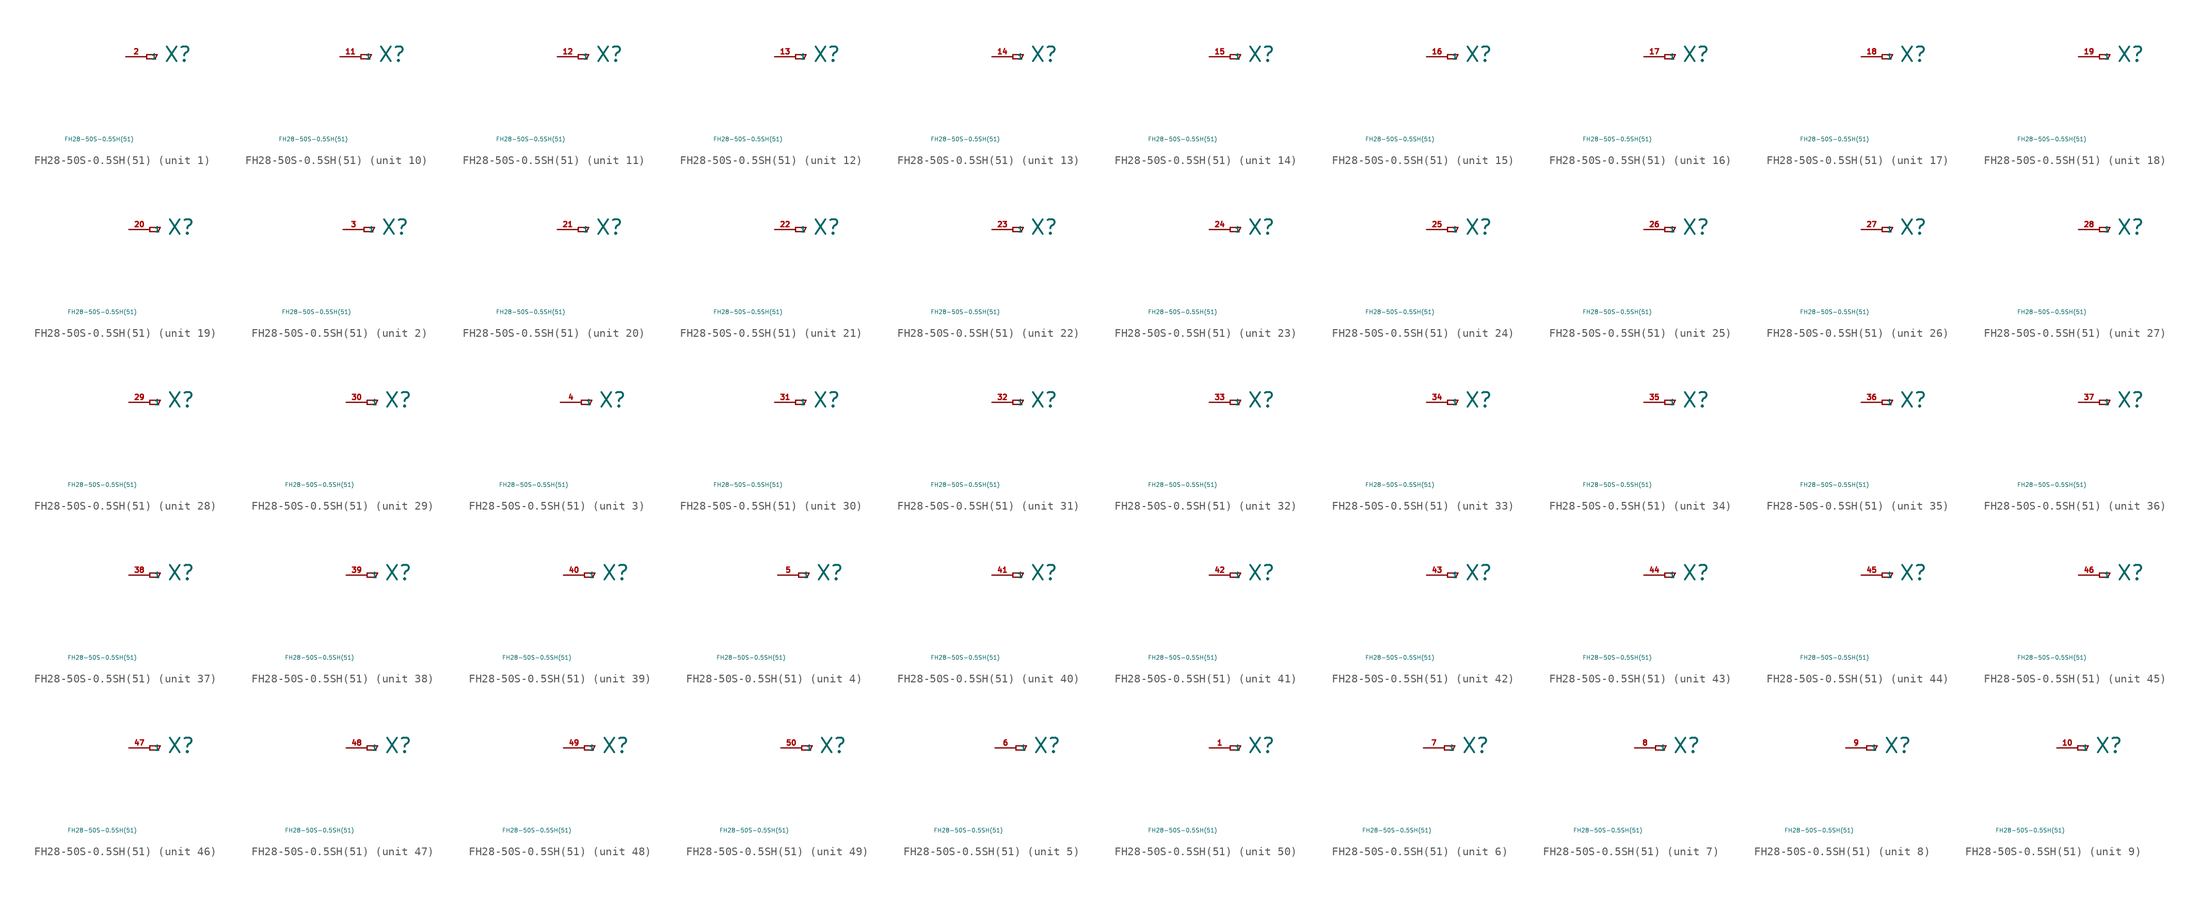
<source format=kicad_sym>
(kicad_symbol_lib
  (version 20220914)
  (generator Eagle2Kicad)
  (symbol "FH28-50S-0.5SH(51)"
    (property "Reference" "X"
      (at 2.032 -0.762 0)
      (effects (font (size 1.778 1.778) (thickness 0.22)) (justify left bottom)))
    (property "Value" "FH28-50S-0.5SH(51)"
      (at -10 -10 0)
      (effects (font (size 0.5 0.5) (thickness 0.06)) (justify left)))
    (symbol "FH28-50S-0.5SH(51)_1_0"
      (polyline (pts (xy 0 0.254) (xy 0 -0.254)) (stroke (width 0.152) (type default)) (fill (type none)))
      (polyline (pts (xy 0 -0.254) (xy 1.016 -0.254)) (stroke (width 0.152) (type default)) (fill (type none)))
      (polyline (pts (xy 1.016 -0.254) (xy 1.27 0.254)) (stroke (width 0.152) (type default)) (fill (type none)))
      (polyline (pts (xy 1.27 0.254) (xy 0 0.254)) (stroke (width 0.152) (type default)) (fill (type none)))
      (pin passive line (at -2.54 0 0) (length 2.54) (name "1" (effects (font (size 0.635 0.635) (thickness 0.08)) (justify left bottom))) (number "2" (effects (font (size 0.635 0.635) (thickness 0.08)) (justify left bottom)))))
    (symbol "FH28-50S-0.5SH(51)_2_0"
      (polyline (pts (xy 0 0.254) (xy 0 -0.254)) (stroke (width 0.152) (type default)) (fill (type none)))
      (polyline (pts (xy 0 -0.254) (xy 1.016 -0.254)) (stroke (width 0.152) (type default)) (fill (type none)))
      (polyline (pts (xy 1.016 -0.254) (xy 1.27 0.254)) (stroke (width 0.152) (type default)) (fill (type none)))
      (polyline (pts (xy 1.27 0.254) (xy 0 0.254)) (stroke (width 0.152) (type default)) (fill (type none)))
      (pin passive line (at -2.54 0 0) (length 2.54) (name "1" (effects (font (size 0.635 0.635) (thickness 0.08)) (justify left bottom))) (number "3" (effects (font (size 0.635 0.635) (thickness 0.08)) (justify left bottom)))))
    (symbol "FH28-50S-0.5SH(51)_3_0"
      (polyline (pts (xy 0 0.254) (xy 0 -0.254)) (stroke (width 0.152) (type default)) (fill (type none)))
      (polyline (pts (xy 0 -0.254) (xy 1.016 -0.254)) (stroke (width 0.152) (type default)) (fill (type none)))
      (polyline (pts (xy 1.016 -0.254) (xy 1.27 0.254)) (stroke (width 0.152) (type default)) (fill (type none)))
      (polyline (pts (xy 1.27 0.254) (xy 0 0.254)) (stroke (width 0.152) (type default)) (fill (type none)))
      (pin passive line (at -2.54 0 0) (length 2.54) (name "1" (effects (font (size 0.635 0.635) (thickness 0.08)) (justify left bottom))) (number "4" (effects (font (size 0.635 0.635) (thickness 0.08)) (justify left bottom)))))
    (symbol "FH28-50S-0.5SH(51)_4_0"
      (polyline (pts (xy 0 0.254) (xy 0 -0.254)) (stroke (width 0.152) (type default)) (fill (type none)))
      (polyline (pts (xy 0 -0.254) (xy 1.016 -0.254)) (stroke (width 0.152) (type default)) (fill (type none)))
      (polyline (pts (xy 1.016 -0.254) (xy 1.27 0.254)) (stroke (width 0.152) (type default)) (fill (type none)))
      (polyline (pts (xy 1.27 0.254) (xy 0 0.254)) (stroke (width 0.152) (type default)) (fill (type none)))
      (pin passive line (at -2.54 0 0) (length 2.54) (name "1" (effects (font (size 0.635 0.635) (thickness 0.08)) (justify left bottom))) (number "5" (effects (font (size 0.635 0.635) (thickness 0.08)) (justify left bottom)))))
    (symbol "FH28-50S-0.5SH(51)_5_0"
      (polyline (pts (xy 0 0.254) (xy 0 -0.254)) (stroke (width 0.152) (type default)) (fill (type none)))
      (polyline (pts (xy 0 -0.254) (xy 1.016 -0.254)) (stroke (width 0.152) (type default)) (fill (type none)))
      (polyline (pts (xy 1.016 -0.254) (xy 1.27 0.254)) (stroke (width 0.152) (type default)) (fill (type none)))
      (polyline (pts (xy 1.27 0.254) (xy 0 0.254)) (stroke (width 0.152) (type default)) (fill (type none)))
      (pin passive line (at -2.54 0 0) (length 2.54) (name "1" (effects (font (size 0.635 0.635) (thickness 0.08)) (justify left bottom))) (number "6" (effects (font (size 0.635 0.635) (thickness 0.08)) (justify left bottom)))))
    (symbol "FH28-50S-0.5SH(51)_6_0"
      (polyline (pts (xy 0 0.254) (xy 0 -0.254)) (stroke (width 0.152) (type default)) (fill (type none)))
      (polyline (pts (xy 0 -0.254) (xy 1.016 -0.254)) (stroke (width 0.152) (type default)) (fill (type none)))
      (polyline (pts (xy 1.016 -0.254) (xy 1.27 0.254)) (stroke (width 0.152) (type default)) (fill (type none)))
      (polyline (pts (xy 1.27 0.254) (xy 0 0.254)) (stroke (width 0.152) (type default)) (fill (type none)))
      (pin passive line (at -2.54 0 0) (length 2.54) (name "1" (effects (font (size 0.635 0.635) (thickness 0.08)) (justify left bottom))) (number "7" (effects (font (size 0.635 0.635) (thickness 0.08)) (justify left bottom)))))
    (symbol "FH28-50S-0.5SH(51)_7_0"
      (polyline (pts (xy 0 0.254) (xy 0 -0.254)) (stroke (width 0.152) (type default)) (fill (type none)))
      (polyline (pts (xy 0 -0.254) (xy 1.016 -0.254)) (stroke (width 0.152) (type default)) (fill (type none)))
      (polyline (pts (xy 1.016 -0.254) (xy 1.27 0.254)) (stroke (width 0.152) (type default)) (fill (type none)))
      (polyline (pts (xy 1.27 0.254) (xy 0 0.254)) (stroke (width 0.152) (type default)) (fill (type none)))
      (pin passive line (at -2.54 0 0) (length 2.54) (name "1" (effects (font (size 0.635 0.635) (thickness 0.08)) (justify left bottom))) (number "8" (effects (font (size 0.635 0.635) (thickness 0.08)) (justify left bottom)))))
    (symbol "FH28-50S-0.5SH(51)_8_0"
      (polyline (pts (xy 0 0.254) (xy 0 -0.254)) (stroke (width 0.152) (type default)) (fill (type none)))
      (polyline (pts (xy 0 -0.254) (xy 1.016 -0.254)) (stroke (width 0.152) (type default)) (fill (type none)))
      (polyline (pts (xy 1.016 -0.254) (xy 1.27 0.254)) (stroke (width 0.152) (type default)) (fill (type none)))
      (polyline (pts (xy 1.27 0.254) (xy 0 0.254)) (stroke (width 0.152) (type default)) (fill (type none)))
      (pin passive line (at -2.54 0 0) (length 2.54) (name "1" (effects (font (size 0.635 0.635) (thickness 0.08)) (justify left bottom))) (number "9" (effects (font (size 0.635 0.635) (thickness 0.08)) (justify left bottom)))))
    (symbol "FH28-50S-0.5SH(51)_9_0"
      (polyline (pts (xy 0 0.254) (xy 0 -0.254)) (stroke (width 0.152) (type default)) (fill (type none)))
      (polyline (pts (xy 0 -0.254) (xy 1.016 -0.254)) (stroke (width 0.152) (type default)) (fill (type none)))
      (polyline (pts (xy 1.016 -0.254) (xy 1.27 0.254)) (stroke (width 0.152) (type default)) (fill (type none)))
      (polyline (pts (xy 1.27 0.254) (xy 0 0.254)) (stroke (width 0.152) (type default)) (fill (type none)))
      (pin passive line (at -2.54 0 0) (length 2.54) (name "1" (effects (font (size 0.635 0.635) (thickness 0.08)) (justify left bottom))) (number "10" (effects (font (size 0.635 0.635) (thickness 0.08)) (justify left bottom)))))
    (symbol "FH28-50S-0.5SH(51)_10_0"
      (polyline (pts (xy 0 0.254) (xy 0 -0.254)) (stroke (width 0.152) (type default)) (fill (type none)))
      (polyline (pts (xy 0 -0.254) (xy 1.016 -0.254)) (stroke (width 0.152) (type default)) (fill (type none)))
      (polyline (pts (xy 1.016 -0.254) (xy 1.27 0.254)) (stroke (width 0.152) (type default)) (fill (type none)))
      (polyline (pts (xy 1.27 0.254) (xy 0 0.254)) (stroke (width 0.152) (type default)) (fill (type none)))
      (pin passive line (at -2.54 0 0) (length 2.54) (name "1" (effects (font (size 0.635 0.635) (thickness 0.08)) (justify left bottom))) (number "11" (effects (font (size 0.635 0.635) (thickness 0.08)) (justify left bottom)))))
    (symbol "FH28-50S-0.5SH(51)_11_0"
      (polyline (pts (xy 0 0.254) (xy 0 -0.254)) (stroke (width 0.152) (type default)) (fill (type none)))
      (polyline (pts (xy 0 -0.254) (xy 1.016 -0.254)) (stroke (width 0.152) (type default)) (fill (type none)))
      (polyline (pts (xy 1.016 -0.254) (xy 1.27 0.254)) (stroke (width 0.152) (type default)) (fill (type none)))
      (polyline (pts (xy 1.27 0.254) (xy 0 0.254)) (stroke (width 0.152) (type default)) (fill (type none)))
      (pin passive line (at -2.54 0 0) (length 2.54) (name "1" (effects (font (size 0.635 0.635) (thickness 0.08)) (justify left bottom))) (number "12" (effects (font (size 0.635 0.635) (thickness 0.08)) (justify left bottom)))))
    (symbol "FH28-50S-0.5SH(51)_12_0"
      (polyline (pts (xy 0 0.254) (xy 0 -0.254)) (stroke (width 0.152) (type default)) (fill (type none)))
      (polyline (pts (xy 0 -0.254) (xy 1.016 -0.254)) (stroke (width 0.152) (type default)) (fill (type none)))
      (polyline (pts (xy 1.016 -0.254) (xy 1.27 0.254)) (stroke (width 0.152) (type default)) (fill (type none)))
      (polyline (pts (xy 1.27 0.254) (xy 0 0.254)) (stroke (width 0.152) (type default)) (fill (type none)))
      (pin passive line (at -2.54 0 0) (length 2.54) (name "1" (effects (font (size 0.635 0.635) (thickness 0.08)) (justify left bottom))) (number "13" (effects (font (size 0.635 0.635) (thickness 0.08)) (justify left bottom)))))
    (symbol "FH28-50S-0.5SH(51)_13_0"
      (polyline (pts (xy 0 0.254) (xy 0 -0.254)) (stroke (width 0.152) (type default)) (fill (type none)))
      (polyline (pts (xy 0 -0.254) (xy 1.016 -0.254)) (stroke (width 0.152) (type default)) (fill (type none)))
      (polyline (pts (xy 1.016 -0.254) (xy 1.27 0.254)) (stroke (width 0.152) (type default)) (fill (type none)))
      (polyline (pts (xy 1.27 0.254) (xy 0 0.254)) (stroke (width 0.152) (type default)) (fill (type none)))
      (pin passive line (at -2.54 0 0) (length 2.54) (name "1" (effects (font (size 0.635 0.635) (thickness 0.08)) (justify left bottom))) (number "14" (effects (font (size 0.635 0.635) (thickness 0.08)) (justify left bottom)))))
    (symbol "FH28-50S-0.5SH(51)_14_0"
      (polyline (pts (xy 0 0.254) (xy 0 -0.254)) (stroke (width 0.152) (type default)) (fill (type none)))
      (polyline (pts (xy 0 -0.254) (xy 1.016 -0.254)) (stroke (width 0.152) (type default)) (fill (type none)))
      (polyline (pts (xy 1.016 -0.254) (xy 1.27 0.254)) (stroke (width 0.152) (type default)) (fill (type none)))
      (polyline (pts (xy 1.27 0.254) (xy 0 0.254)) (stroke (width 0.152) (type default)) (fill (type none)))
      (pin passive line (at -2.54 0 0) (length 2.54) (name "1" (effects (font (size 0.635 0.635) (thickness 0.08)) (justify left bottom))) (number "15" (effects (font (size 0.635 0.635) (thickness 0.08)) (justify left bottom)))))
    (symbol "FH28-50S-0.5SH(51)_15_0"
      (polyline (pts (xy 0 0.254) (xy 0 -0.254)) (stroke (width 0.152) (type default)) (fill (type none)))
      (polyline (pts (xy 0 -0.254) (xy 1.016 -0.254)) (stroke (width 0.152) (type default)) (fill (type none)))
      (polyline (pts (xy 1.016 -0.254) (xy 1.27 0.254)) (stroke (width 0.152) (type default)) (fill (type none)))
      (polyline (pts (xy 1.27 0.254) (xy 0 0.254)) (stroke (width 0.152) (type default)) (fill (type none)))
      (pin passive line (at -2.54 0 0) (length 2.54) (name "1" (effects (font (size 0.635 0.635) (thickness 0.08)) (justify left bottom))) (number "16" (effects (font (size 0.635 0.635) (thickness 0.08)) (justify left bottom)))))
    (symbol "FH28-50S-0.5SH(51)_16_0"
      (polyline (pts (xy 0 0.254) (xy 0 -0.254)) (stroke (width 0.152) (type default)) (fill (type none)))
      (polyline (pts (xy 0 -0.254) (xy 1.016 -0.254)) (stroke (width 0.152) (type default)) (fill (type none)))
      (polyline (pts (xy 1.016 -0.254) (xy 1.27 0.254)) (stroke (width 0.152) (type default)) (fill (type none)))
      (polyline (pts (xy 1.27 0.254) (xy 0 0.254)) (stroke (width 0.152) (type default)) (fill (type none)))
      (pin passive line (at -2.54 0 0) (length 2.54) (name "1" (effects (font (size 0.635 0.635) (thickness 0.08)) (justify left bottom))) (number "17" (effects (font (size 0.635 0.635) (thickness 0.08)) (justify left bottom)))))
    (symbol "FH28-50S-0.5SH(51)_17_0"
      (polyline (pts (xy 0 0.254) (xy 0 -0.254)) (stroke (width 0.152) (type default)) (fill (type none)))
      (polyline (pts (xy 0 -0.254) (xy 1.016 -0.254)) (stroke (width 0.152) (type default)) (fill (type none)))
      (polyline (pts (xy 1.016 -0.254) (xy 1.27 0.254)) (stroke (width 0.152) (type default)) (fill (type none)))
      (polyline (pts (xy 1.27 0.254) (xy 0 0.254)) (stroke (width 0.152) (type default)) (fill (type none)))
      (pin passive line (at -2.54 0 0) (length 2.54) (name "1" (effects (font (size 0.635 0.635) (thickness 0.08)) (justify left bottom))) (number "18" (effects (font (size 0.635 0.635) (thickness 0.08)) (justify left bottom)))))
    (symbol "FH28-50S-0.5SH(51)_18_0"
      (polyline (pts (xy 0 0.254) (xy 0 -0.254)) (stroke (width 0.152) (type default)) (fill (type none)))
      (polyline (pts (xy 0 -0.254) (xy 1.016 -0.254)) (stroke (width 0.152) (type default)) (fill (type none)))
      (polyline (pts (xy 1.016 -0.254) (xy 1.27 0.254)) (stroke (width 0.152) (type default)) (fill (type none)))
      (polyline (pts (xy 1.27 0.254) (xy 0 0.254)) (stroke (width 0.152) (type default)) (fill (type none)))
      (pin passive line (at -2.54 0 0) (length 2.54) (name "1" (effects (font (size 0.635 0.635) (thickness 0.08)) (justify left bottom))) (number "19" (effects (font (size 0.635 0.635) (thickness 0.08)) (justify left bottom)))))
    (symbol "FH28-50S-0.5SH(51)_19_0"
      (polyline (pts (xy 0 0.254) (xy 0 -0.254)) (stroke (width 0.152) (type default)) (fill (type none)))
      (polyline (pts (xy 0 -0.254) (xy 1.016 -0.254)) (stroke (width 0.152) (type default)) (fill (type none)))
      (polyline (pts (xy 1.016 -0.254) (xy 1.27 0.254)) (stroke (width 0.152) (type default)) (fill (type none)))
      (polyline (pts (xy 1.27 0.254) (xy 0 0.254)) (stroke (width 0.152) (type default)) (fill (type none)))
      (pin passive line (at -2.54 0 0) (length 2.54) (name "1" (effects (font (size 0.635 0.635) (thickness 0.08)) (justify left bottom))) (number "20" (effects (font (size 0.635 0.635) (thickness 0.08)) (justify left bottom)))))
    (symbol "FH28-50S-0.5SH(51)_20_0"
      (polyline (pts (xy 0 0.254) (xy 0 -0.254)) (stroke (width 0.152) (type default)) (fill (type none)))
      (polyline (pts (xy 0 -0.254) (xy 1.016 -0.254)) (stroke (width 0.152) (type default)) (fill (type none)))
      (polyline (pts (xy 1.016 -0.254) (xy 1.27 0.254)) (stroke (width 0.152) (type default)) (fill (type none)))
      (polyline (pts (xy 1.27 0.254) (xy 0 0.254)) (stroke (width 0.152) (type default)) (fill (type none)))
      (pin passive line (at -2.54 0 0) (length 2.54) (name "1" (effects (font (size 0.635 0.635) (thickness 0.08)) (justify left bottom))) (number "21" (effects (font (size 0.635 0.635) (thickness 0.08)) (justify left bottom)))))
    (symbol "FH28-50S-0.5SH(51)_21_0"
      (polyline (pts (xy 0 0.254) (xy 0 -0.254)) (stroke (width 0.152) (type default)) (fill (type none)))
      (polyline (pts (xy 0 -0.254) (xy 1.016 -0.254)) (stroke (width 0.152) (type default)) (fill (type none)))
      (polyline (pts (xy 1.016 -0.254) (xy 1.27 0.254)) (stroke (width 0.152) (type default)) (fill (type none)))
      (polyline (pts (xy 1.27 0.254) (xy 0 0.254)) (stroke (width 0.152) (type default)) (fill (type none)))
      (pin passive line (at -2.54 0 0) (length 2.54) (name "1" (effects (font (size 0.635 0.635) (thickness 0.08)) (justify left bottom))) (number "22" (effects (font (size 0.635 0.635) (thickness 0.08)) (justify left bottom)))))
    (symbol "FH28-50S-0.5SH(51)_22_0"
      (polyline (pts (xy 0 0.254) (xy 0 -0.254)) (stroke (width 0.152) (type default)) (fill (type none)))
      (polyline (pts (xy 0 -0.254) (xy 1.016 -0.254)) (stroke (width 0.152) (type default)) (fill (type none)))
      (polyline (pts (xy 1.016 -0.254) (xy 1.27 0.254)) (stroke (width 0.152) (type default)) (fill (type none)))
      (polyline (pts (xy 1.27 0.254) (xy 0 0.254)) (stroke (width 0.152) (type default)) (fill (type none)))
      (pin passive line (at -2.54 0 0) (length 2.54) (name "1" (effects (font (size 0.635 0.635) (thickness 0.08)) (justify left bottom))) (number "23" (effects (font (size 0.635 0.635) (thickness 0.08)) (justify left bottom)))))
    (symbol "FH28-50S-0.5SH(51)_23_0"
      (polyline (pts (xy 0 0.254) (xy 0 -0.254)) (stroke (width 0.152) (type default)) (fill (type none)))
      (polyline (pts (xy 0 -0.254) (xy 1.016 -0.254)) (stroke (width 0.152) (type default)) (fill (type none)))
      (polyline (pts (xy 1.016 -0.254) (xy 1.27 0.254)) (stroke (width 0.152) (type default)) (fill (type none)))
      (polyline (pts (xy 1.27 0.254) (xy 0 0.254)) (stroke (width 0.152) (type default)) (fill (type none)))
      (pin passive line (at -2.54 0 0) (length 2.54) (name "1" (effects (font (size 0.635 0.635) (thickness 0.08)) (justify left bottom))) (number "24" (effects (font (size 0.635 0.635) (thickness 0.08)) (justify left bottom)))))
    (symbol "FH28-50S-0.5SH(51)_24_0"
      (polyline (pts (xy 0 0.254) (xy 0 -0.254)) (stroke (width 0.152) (type default)) (fill (type none)))
      (polyline (pts (xy 0 -0.254) (xy 1.016 -0.254)) (stroke (width 0.152) (type default)) (fill (type none)))
      (polyline (pts (xy 1.016 -0.254) (xy 1.27 0.254)) (stroke (width 0.152) (type default)) (fill (type none)))
      (polyline (pts (xy 1.27 0.254) (xy 0 0.254)) (stroke (width 0.152) (type default)) (fill (type none)))
      (pin passive line (at -2.54 0 0) (length 2.54) (name "1" (effects (font (size 0.635 0.635) (thickness 0.08)) (justify left bottom))) (number "25" (effects (font (size 0.635 0.635) (thickness 0.08)) (justify left bottom)))))
    (symbol "FH28-50S-0.5SH(51)_25_0"
      (polyline (pts (xy 0 0.254) (xy 0 -0.254)) (stroke (width 0.152) (type default)) (fill (type none)))
      (polyline (pts (xy 0 -0.254) (xy 1.016 -0.254)) (stroke (width 0.152) (type default)) (fill (type none)))
      (polyline (pts (xy 1.016 -0.254) (xy 1.27 0.254)) (stroke (width 0.152) (type default)) (fill (type none)))
      (polyline (pts (xy 1.27 0.254) (xy 0 0.254)) (stroke (width 0.152) (type default)) (fill (type none)))
      (pin passive line (at -2.54 0 0) (length 2.54) (name "1" (effects (font (size 0.635 0.635) (thickness 0.08)) (justify left bottom))) (number "26" (effects (font (size 0.635 0.635) (thickness 0.08)) (justify left bottom)))))
    (symbol "FH28-50S-0.5SH(51)_26_0"
      (polyline (pts (xy 0 0.254) (xy 0 -0.254)) (stroke (width 0.152) (type default)) (fill (type none)))
      (polyline (pts (xy 0 -0.254) (xy 1.016 -0.254)) (stroke (width 0.152) (type default)) (fill (type none)))
      (polyline (pts (xy 1.016 -0.254) (xy 1.27 0.254)) (stroke (width 0.152) (type default)) (fill (type none)))
      (polyline (pts (xy 1.27 0.254) (xy 0 0.254)) (stroke (width 0.152) (type default)) (fill (type none)))
      (pin passive line (at -2.54 0 0) (length 2.54) (name "1" (effects (font (size 0.635 0.635) (thickness 0.08)) (justify left bottom))) (number "27" (effects (font (size 0.635 0.635) (thickness 0.08)) (justify left bottom)))))
    (symbol "FH28-50S-0.5SH(51)_27_0"
      (polyline (pts (xy 0 0.254) (xy 0 -0.254)) (stroke (width 0.152) (type default)) (fill (type none)))
      (polyline (pts (xy 0 -0.254) (xy 1.016 -0.254)) (stroke (width 0.152) (type default)) (fill (type none)))
      (polyline (pts (xy 1.016 -0.254) (xy 1.27 0.254)) (stroke (width 0.152) (type default)) (fill (type none)))
      (polyline (pts (xy 1.27 0.254) (xy 0 0.254)) (stroke (width 0.152) (type default)) (fill (type none)))
      (pin passive line (at -2.54 0 0) (length 2.54) (name "1" (effects (font (size 0.635 0.635) (thickness 0.08)) (justify left bottom))) (number "28" (effects (font (size 0.635 0.635) (thickness 0.08)) (justify left bottom)))))
    (symbol "FH28-50S-0.5SH(51)_28_0"
      (polyline (pts (xy 0 0.254) (xy 0 -0.254)) (stroke (width 0.152) (type default)) (fill (type none)))
      (polyline (pts (xy 0 -0.254) (xy 1.016 -0.254)) (stroke (width 0.152) (type default)) (fill (type none)))
      (polyline (pts (xy 1.016 -0.254) (xy 1.27 0.254)) (stroke (width 0.152) (type default)) (fill (type none)))
      (polyline (pts (xy 1.27 0.254) (xy 0 0.254)) (stroke (width 0.152) (type default)) (fill (type none)))
      (pin passive line (at -2.54 0 0) (length 2.54) (name "1" (effects (font (size 0.635 0.635) (thickness 0.08)) (justify left bottom))) (number "29" (effects (font (size 0.635 0.635) (thickness 0.08)) (justify left bottom)))))
    (symbol "FH28-50S-0.5SH(51)_29_0"
      (polyline (pts (xy 0 0.254) (xy 0 -0.254)) (stroke (width 0.152) (type default)) (fill (type none)))
      (polyline (pts (xy 0 -0.254) (xy 1.016 -0.254)) (stroke (width 0.152) (type default)) (fill (type none)))
      (polyline (pts (xy 1.016 -0.254) (xy 1.27 0.254)) (stroke (width 0.152) (type default)) (fill (type none)))
      (polyline (pts (xy 1.27 0.254) (xy 0 0.254)) (stroke (width 0.152) (type default)) (fill (type none)))
      (pin passive line (at -2.54 0 0) (length 2.54) (name "1" (effects (font (size 0.635 0.635) (thickness 0.08)) (justify left bottom))) (number "30" (effects (font (size 0.635 0.635) (thickness 0.08)) (justify left bottom)))))
    (symbol "FH28-50S-0.5SH(51)_30_0"
      (polyline (pts (xy 0 0.254) (xy 0 -0.254)) (stroke (width 0.152) (type default)) (fill (type none)))
      (polyline (pts (xy 0 -0.254) (xy 1.016 -0.254)) (stroke (width 0.152) (type default)) (fill (type none)))
      (polyline (pts (xy 1.016 -0.254) (xy 1.27 0.254)) (stroke (width 0.152) (type default)) (fill (type none)))
      (polyline (pts (xy 1.27 0.254) (xy 0 0.254)) (stroke (width 0.152) (type default)) (fill (type none)))
      (pin passive line (at -2.54 0 0) (length 2.54) (name "1" (effects (font (size 0.635 0.635) (thickness 0.08)) (justify left bottom))) (number "31" (effects (font (size 0.635 0.635) (thickness 0.08)) (justify left bottom)))))
    (symbol "FH28-50S-0.5SH(51)_31_0"
      (polyline (pts (xy 0 0.254) (xy 0 -0.254)) (stroke (width 0.152) (type default)) (fill (type none)))
      (polyline (pts (xy 0 -0.254) (xy 1.016 -0.254)) (stroke (width 0.152) (type default)) (fill (type none)))
      (polyline (pts (xy 1.016 -0.254) (xy 1.27 0.254)) (stroke (width 0.152) (type default)) (fill (type none)))
      (polyline (pts (xy 1.27 0.254) (xy 0 0.254)) (stroke (width 0.152) (type default)) (fill (type none)))
      (pin passive line (at -2.54 0 0) (length 2.54) (name "1" (effects (font (size 0.635 0.635) (thickness 0.08)) (justify left bottom))) (number "32" (effects (font (size 0.635 0.635) (thickness 0.08)) (justify left bottom)))))
    (symbol "FH28-50S-0.5SH(51)_32_0"
      (polyline (pts (xy 0 0.254) (xy 0 -0.254)) (stroke (width 0.152) (type default)) (fill (type none)))
      (polyline (pts (xy 0 -0.254) (xy 1.016 -0.254)) (stroke (width 0.152) (type default)) (fill (type none)))
      (polyline (pts (xy 1.016 -0.254) (xy 1.27 0.254)) (stroke (width 0.152) (type default)) (fill (type none)))
      (polyline (pts (xy 1.27 0.254) (xy 0 0.254)) (stroke (width 0.152) (type default)) (fill (type none)))
      (pin passive line (at -2.54 0 0) (length 2.54) (name "1" (effects (font (size 0.635 0.635) (thickness 0.08)) (justify left bottom))) (number "33" (effects (font (size 0.635 0.635) (thickness 0.08)) (justify left bottom)))))
    (symbol "FH28-50S-0.5SH(51)_33_0"
      (polyline (pts (xy 0 0.254) (xy 0 -0.254)) (stroke (width 0.152) (type default)) (fill (type none)))
      (polyline (pts (xy 0 -0.254) (xy 1.016 -0.254)) (stroke (width 0.152) (type default)) (fill (type none)))
      (polyline (pts (xy 1.016 -0.254) (xy 1.27 0.254)) (stroke (width 0.152) (type default)) (fill (type none)))
      (polyline (pts (xy 1.27 0.254) (xy 0 0.254)) (stroke (width 0.152) (type default)) (fill (type none)))
      (pin passive line (at -2.54 0 0) (length 2.54) (name "1" (effects (font (size 0.635 0.635) (thickness 0.08)) (justify left bottom))) (number "34" (effects (font (size 0.635 0.635) (thickness 0.08)) (justify left bottom)))))
    (symbol "FH28-50S-0.5SH(51)_34_0"
      (polyline (pts (xy 0 0.254) (xy 0 -0.254)) (stroke (width 0.152) (type default)) (fill (type none)))
      (polyline (pts (xy 0 -0.254) (xy 1.016 -0.254)) (stroke (width 0.152) (type default)) (fill (type none)))
      (polyline (pts (xy 1.016 -0.254) (xy 1.27 0.254)) (stroke (width 0.152) (type default)) (fill (type none)))
      (polyline (pts (xy 1.27 0.254) (xy 0 0.254)) (stroke (width 0.152) (type default)) (fill (type none)))
      (pin passive line (at -2.54 0 0) (length 2.54) (name "1" (effects (font (size 0.635 0.635) (thickness 0.08)) (justify left bottom))) (number "35" (effects (font (size 0.635 0.635) (thickness 0.08)) (justify left bottom)))))
    (symbol "FH28-50S-0.5SH(51)_35_0"
      (polyline (pts (xy 0 0.254) (xy 0 -0.254)) (stroke (width 0.152) (type default)) (fill (type none)))
      (polyline (pts (xy 0 -0.254) (xy 1.016 -0.254)) (stroke (width 0.152) (type default)) (fill (type none)))
      (polyline (pts (xy 1.016 -0.254) (xy 1.27 0.254)) (stroke (width 0.152) (type default)) (fill (type none)))
      (polyline (pts (xy 1.27 0.254) (xy 0 0.254)) (stroke (width 0.152) (type default)) (fill (type none)))
      (pin passive line (at -2.54 0 0) (length 2.54) (name "1" (effects (font (size 0.635 0.635) (thickness 0.08)) (justify left bottom))) (number "36" (effects (font (size 0.635 0.635) (thickness 0.08)) (justify left bottom)))))
    (symbol "FH28-50S-0.5SH(51)_36_0"
      (polyline (pts (xy 0 0.254) (xy 0 -0.254)) (stroke (width 0.152) (type default)) (fill (type none)))
      (polyline (pts (xy 0 -0.254) (xy 1.016 -0.254)) (stroke (width 0.152) (type default)) (fill (type none)))
      (polyline (pts (xy 1.016 -0.254) (xy 1.27 0.254)) (stroke (width 0.152) (type default)) (fill (type none)))
      (polyline (pts (xy 1.27 0.254) (xy 0 0.254)) (stroke (width 0.152) (type default)) (fill (type none)))
      (pin passive line (at -2.54 0 0) (length 2.54) (name "1" (effects (font (size 0.635 0.635) (thickness 0.08)) (justify left bottom))) (number "37" (effects (font (size 0.635 0.635) (thickness 0.08)) (justify left bottom)))))
    (symbol "FH28-50S-0.5SH(51)_37_0"
      (polyline (pts (xy 0 0.254) (xy 0 -0.254)) (stroke (width 0.152) (type default)) (fill (type none)))
      (polyline (pts (xy 0 -0.254) (xy 1.016 -0.254)) (stroke (width 0.152) (type default)) (fill (type none)))
      (polyline (pts (xy 1.016 -0.254) (xy 1.27 0.254)) (stroke (width 0.152) (type default)) (fill (type none)))
      (polyline (pts (xy 1.27 0.254) (xy 0 0.254)) (stroke (width 0.152) (type default)) (fill (type none)))
      (pin passive line (at -2.54 0 0) (length 2.54) (name "1" (effects (font (size 0.635 0.635) (thickness 0.08)) (justify left bottom))) (number "38" (effects (font (size 0.635 0.635) (thickness 0.08)) (justify left bottom)))))
    (symbol "FH28-50S-0.5SH(51)_38_0"
      (polyline (pts (xy 0 0.254) (xy 0 -0.254)) (stroke (width 0.152) (type default)) (fill (type none)))
      (polyline (pts (xy 0 -0.254) (xy 1.016 -0.254)) (stroke (width 0.152) (type default)) (fill (type none)))
      (polyline (pts (xy 1.016 -0.254) (xy 1.27 0.254)) (stroke (width 0.152) (type default)) (fill (type none)))
      (polyline (pts (xy 1.27 0.254) (xy 0 0.254)) (stroke (width 0.152) (type default)) (fill (type none)))
      (pin passive line (at -2.54 0 0) (length 2.54) (name "1" (effects (font (size 0.635 0.635) (thickness 0.08)) (justify left bottom))) (number "39" (effects (font (size 0.635 0.635) (thickness 0.08)) (justify left bottom)))))
    (symbol "FH28-50S-0.5SH(51)_39_0"
      (polyline (pts (xy 0 0.254) (xy 0 -0.254)) (stroke (width 0.152) (type default)) (fill (type none)))
      (polyline (pts (xy 0 -0.254) (xy 1.016 -0.254)) (stroke (width 0.152) (type default)) (fill (type none)))
      (polyline (pts (xy 1.016 -0.254) (xy 1.27 0.254)) (stroke (width 0.152) (type default)) (fill (type none)))
      (polyline (pts (xy 1.27 0.254) (xy 0 0.254)) (stroke (width 0.152) (type default)) (fill (type none)))
      (pin passive line (at -2.54 0 0) (length 2.54) (name "1" (effects (font (size 0.635 0.635) (thickness 0.08)) (justify left bottom))) (number "40" (effects (font (size 0.635 0.635) (thickness 0.08)) (justify left bottom)))))
    (symbol "FH28-50S-0.5SH(51)_40_0"
      (polyline (pts (xy 0 0.254) (xy 0 -0.254)) (stroke (width 0.152) (type default)) (fill (type none)))
      (polyline (pts (xy 0 -0.254) (xy 1.016 -0.254)) (stroke (width 0.152) (type default)) (fill (type none)))
      (polyline (pts (xy 1.016 -0.254) (xy 1.27 0.254)) (stroke (width 0.152) (type default)) (fill (type none)))
      (polyline (pts (xy 1.27 0.254) (xy 0 0.254)) (stroke (width 0.152) (type default)) (fill (type none)))
      (pin passive line (at -2.54 0 0) (length 2.54) (name "1" (effects (font (size 0.635 0.635) (thickness 0.08)) (justify left bottom))) (number "41" (effects (font (size 0.635 0.635) (thickness 0.08)) (justify left bottom)))))
    (symbol "FH28-50S-0.5SH(51)_41_0"
      (polyline (pts (xy 0 0.254) (xy 0 -0.254)) (stroke (width 0.152) (type default)) (fill (type none)))
      (polyline (pts (xy 0 -0.254) (xy 1.016 -0.254)) (stroke (width 0.152) (type default)) (fill (type none)))
      (polyline (pts (xy 1.016 -0.254) (xy 1.27 0.254)) (stroke (width 0.152) (type default)) (fill (type none)))
      (polyline (pts (xy 1.27 0.254) (xy 0 0.254)) (stroke (width 0.152) (type default)) (fill (type none)))
      (pin passive line (at -2.54 0 0) (length 2.54) (name "1" (effects (font (size 0.635 0.635) (thickness 0.08)) (justify left bottom))) (number "42" (effects (font (size 0.635 0.635) (thickness 0.08)) (justify left bottom)))))
    (symbol "FH28-50S-0.5SH(51)_42_0"
      (polyline (pts (xy 0 0.254) (xy 0 -0.254)) (stroke (width 0.152) (type default)) (fill (type none)))
      (polyline (pts (xy 0 -0.254) (xy 1.016 -0.254)) (stroke (width 0.152) (type default)) (fill (type none)))
      (polyline (pts (xy 1.016 -0.254) (xy 1.27 0.254)) (stroke (width 0.152) (type default)) (fill (type none)))
      (polyline (pts (xy 1.27 0.254) (xy 0 0.254)) (stroke (width 0.152) (type default)) (fill (type none)))
      (pin passive line (at -2.54 0 0) (length 2.54) (name "1" (effects (font (size 0.635 0.635) (thickness 0.08)) (justify left bottom))) (number "43" (effects (font (size 0.635 0.635) (thickness 0.08)) (justify left bottom)))))
    (symbol "FH28-50S-0.5SH(51)_43_0"
      (polyline (pts (xy 0 0.254) (xy 0 -0.254)) (stroke (width 0.152) (type default)) (fill (type none)))
      (polyline (pts (xy 0 -0.254) (xy 1.016 -0.254)) (stroke (width 0.152) (type default)) (fill (type none)))
      (polyline (pts (xy 1.016 -0.254) (xy 1.27 0.254)) (stroke (width 0.152) (type default)) (fill (type none)))
      (polyline (pts (xy 1.27 0.254) (xy 0 0.254)) (stroke (width 0.152) (type default)) (fill (type none)))
      (pin passive line (at -2.54 0 0) (length 2.54) (name "1" (effects (font (size 0.635 0.635) (thickness 0.08)) (justify left bottom))) (number "44" (effects (font (size 0.635 0.635) (thickness 0.08)) (justify left bottom)))))
    (symbol "FH28-50S-0.5SH(51)_44_0"
      (polyline (pts (xy 0 0.254) (xy 0 -0.254)) (stroke (width 0.152) (type default)) (fill (type none)))
      (polyline (pts (xy 0 -0.254) (xy 1.016 -0.254)) (stroke (width 0.152) (type default)) (fill (type none)))
      (polyline (pts (xy 1.016 -0.254) (xy 1.27 0.254)) (stroke (width 0.152) (type default)) (fill (type none)))
      (polyline (pts (xy 1.27 0.254) (xy 0 0.254)) (stroke (width 0.152) (type default)) (fill (type none)))
      (pin passive line (at -2.54 0 0) (length 2.54) (name "1" (effects (font (size 0.635 0.635) (thickness 0.08)) (justify left bottom))) (number "45" (effects (font (size 0.635 0.635) (thickness 0.08)) (justify left bottom)))))
    (symbol "FH28-50S-0.5SH(51)_45_0"
      (polyline (pts (xy 0 0.254) (xy 0 -0.254)) (stroke (width 0.152) (type default)) (fill (type none)))
      (polyline (pts (xy 0 -0.254) (xy 1.016 -0.254)) (stroke (width 0.152) (type default)) (fill (type none)))
      (polyline (pts (xy 1.016 -0.254) (xy 1.27 0.254)) (stroke (width 0.152) (type default)) (fill (type none)))
      (polyline (pts (xy 1.27 0.254) (xy 0 0.254)) (stroke (width 0.152) (type default)) (fill (type none)))
      (pin passive line (at -2.54 0 0) (length 2.54) (name "1" (effects (font (size 0.635 0.635) (thickness 0.08)) (justify left bottom))) (number "46" (effects (font (size 0.635 0.635) (thickness 0.08)) (justify left bottom)))))
    (symbol "FH28-50S-0.5SH(51)_46_0"
      (polyline (pts (xy 0 0.254) (xy 0 -0.254)) (stroke (width 0.152) (type default)) (fill (type none)))
      (polyline (pts (xy 0 -0.254) (xy 1.016 -0.254)) (stroke (width 0.152) (type default)) (fill (type none)))
      (polyline (pts (xy 1.016 -0.254) (xy 1.27 0.254)) (stroke (width 0.152) (type default)) (fill (type none)))
      (polyline (pts (xy 1.27 0.254) (xy 0 0.254)) (stroke (width 0.152) (type default)) (fill (type none)))
      (pin passive line (at -2.54 0 0) (length 2.54) (name "1" (effects (font (size 0.635 0.635) (thickness 0.08)) (justify left bottom))) (number "47" (effects (font (size 0.635 0.635) (thickness 0.08)) (justify left bottom)))))
    (symbol "FH28-50S-0.5SH(51)_47_0"
      (polyline (pts (xy 0 0.254) (xy 0 -0.254)) (stroke (width 0.152) (type default)) (fill (type none)))
      (polyline (pts (xy 0 -0.254) (xy 1.016 -0.254)) (stroke (width 0.152) (type default)) (fill (type none)))
      (polyline (pts (xy 1.016 -0.254) (xy 1.27 0.254)) (stroke (width 0.152) (type default)) (fill (type none)))
      (polyline (pts (xy 1.27 0.254) (xy 0 0.254)) (stroke (width 0.152) (type default)) (fill (type none)))
      (pin passive line (at -2.54 0 0) (length 2.54) (name "1" (effects (font (size 0.635 0.635) (thickness 0.08)) (justify left bottom))) (number "48" (effects (font (size 0.635 0.635) (thickness 0.08)) (justify left bottom)))))
    (symbol "FH28-50S-0.5SH(51)_48_0"
      (polyline (pts (xy 0 0.254) (xy 0 -0.254)) (stroke (width 0.152) (type default)) (fill (type none)))
      (polyline (pts (xy 0 -0.254) (xy 1.016 -0.254)) (stroke (width 0.152) (type default)) (fill (type none)))
      (polyline (pts (xy 1.016 -0.254) (xy 1.27 0.254)) (stroke (width 0.152) (type default)) (fill (type none)))
      (polyline (pts (xy 1.27 0.254) (xy 0 0.254)) (stroke (width 0.152) (type default)) (fill (type none)))
      (pin passive line (at -2.54 0 0) (length 2.54) (name "1" (effects (font (size 0.635 0.635) (thickness 0.08)) (justify left bottom))) (number "49" (effects (font (size 0.635 0.635) (thickness 0.08)) (justify left bottom)))))
    (symbol "FH28-50S-0.5SH(51)_49_0"
      (polyline (pts (xy 0 0.254) (xy 0 -0.254)) (stroke (width 0.152) (type default)) (fill (type none)))
      (polyline (pts (xy 0 -0.254) (xy 1.016 -0.254)) (stroke (width 0.152) (type default)) (fill (type none)))
      (polyline (pts (xy 1.016 -0.254) (xy 1.27 0.254)) (stroke (width 0.152) (type default)) (fill (type none)))
      (polyline (pts (xy 1.27 0.254) (xy 0 0.254)) (stroke (width 0.152) (type default)) (fill (type none)))
      (pin passive line (at -2.54 0 0) (length 2.54) (name "1" (effects (font (size 0.635 0.635) (thickness 0.08)) (justify left bottom))) (number "50" (effects (font (size 0.635 0.635) (thickness 0.08)) (justify left bottom)))))
    (symbol "FH28-50S-0.5SH(51)_50_0"
      (polyline (pts (xy 0 0.254) (xy 0 -0.254)) (stroke (width 0.152) (type default)) (fill (type none)))
      (polyline (pts (xy 0 -0.254) (xy 1.016 -0.254)) (stroke (width 0.152) (type default)) (fill (type none)))
      (polyline (pts (xy 1.016 -0.254) (xy 1.27 0.254)) (stroke (width 0.152) (type default)) (fill (type none)))
      (polyline (pts (xy 1.27 0.254) (xy 0 0.254)) (stroke (width 0.152) (type default)) (fill (type none)))
      (pin passive line (at -2.54 0 0) (length 2.54) (name "1" (effects (font (size 0.635 0.635) (thickness 0.08)) (justify left bottom))) (number "1" (effects (font (size 0.635 0.635) (thickness 0.08)) (justify left bottom)))))))
</source>
